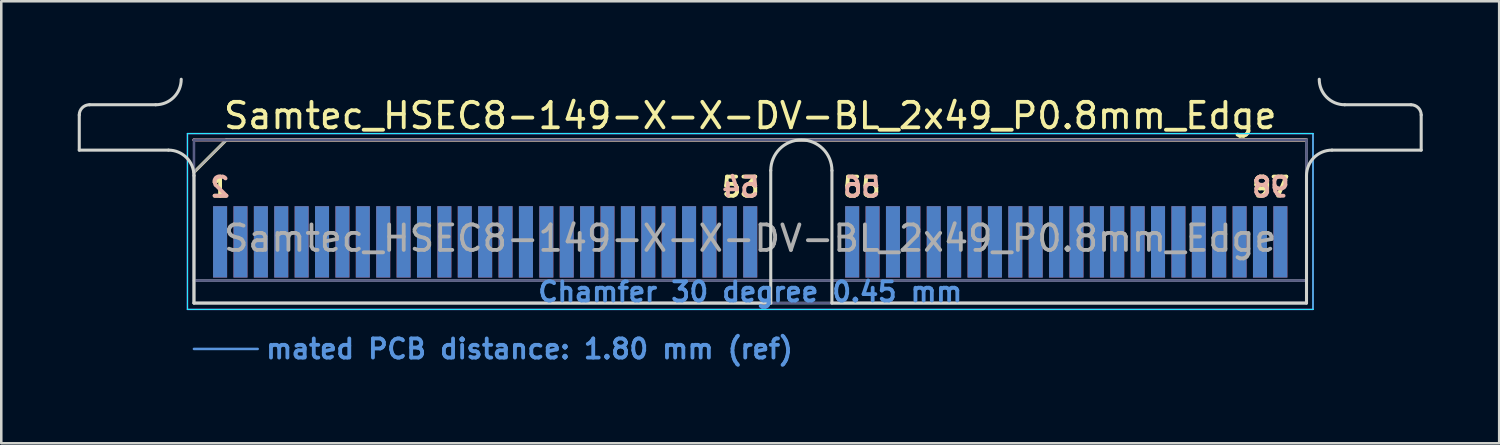
<source format=kicad_pcb>
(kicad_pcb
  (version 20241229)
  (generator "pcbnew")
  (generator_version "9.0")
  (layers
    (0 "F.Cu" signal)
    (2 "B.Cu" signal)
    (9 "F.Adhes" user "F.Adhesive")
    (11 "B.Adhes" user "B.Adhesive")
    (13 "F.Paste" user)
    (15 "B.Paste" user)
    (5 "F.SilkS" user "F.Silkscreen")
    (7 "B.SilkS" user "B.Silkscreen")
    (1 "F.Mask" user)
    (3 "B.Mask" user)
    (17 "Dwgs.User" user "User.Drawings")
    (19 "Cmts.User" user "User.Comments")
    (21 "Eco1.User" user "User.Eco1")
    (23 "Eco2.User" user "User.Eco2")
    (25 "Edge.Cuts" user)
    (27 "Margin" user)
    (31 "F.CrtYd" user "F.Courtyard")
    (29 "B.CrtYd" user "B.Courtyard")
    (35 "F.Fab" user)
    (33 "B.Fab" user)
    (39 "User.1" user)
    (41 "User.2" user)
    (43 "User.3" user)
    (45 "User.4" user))
  (footprint "Samtec_HSEC8-149-X-X-DV-BL_2x49_P0.8mm_Edge"
    (layer "F.Cu")
    (at 26.385 8.84)
    (property "Reference" "Samtec_HSEC8-149-X-X-DV-BL_2x49_P0.8mm_Edge" (at 0 -7.35 0) (layer "F.SilkS") (effects (font (size 1 1) (thickness 0.15))))
    (attr exclude_from_pos_files exclude_from_bom)
    (fp_line (start -21.825 -5.13) (end -20.555 -6.4) (stroke (width 0.12) (type solid)) (layer "F.SilkS"))
    (fp_line (start -20.555 -6.4) (end 21.825 -6.4) (stroke (width 0.12) (type solid)) (layer "F.SilkS"))
    (fp_line (start -21.825 -6.4) (end -21.825 -6.4) (stroke (width 0.12) (type solid)) (layer "B.SilkS"))
    (fp_line (start -21.825 -6.4) (end 21.825 -6.4) (stroke (width 0.12) (type solid)) (layer "B.SilkS"))
    (fp_line (start -21.825 1.8) (end -19.325 1.8) (stroke (width 0.1) (type solid)) (layer "Cmts.User"))
    (fp_line (start -26.325 -6) (end -26.325 -7.38) (stroke (width 0.12) (type solid)) (layer "Edge.Cuts"))
    (fp_line (start -25.925 -7.78) (end -23.325 -7.78) (stroke (width 0.12) (type solid)) (layer "Edge.Cuts"))
    (fp_line (start -22.825 -6) (end -26.325 -6) (stroke (width 0.12) (type solid)) (layer "Edge.Cuts"))
    (fp_line (start -21.825 -5) (end -21.825 0) (stroke (width 0.12) (type solid)) (layer "Edge.Cuts"))
    (fp_line (start -21.825 0) (end 0.805 0) (stroke (width 0.12) (type solid)) (layer "Edge.Cuts"))
    (fp_line (start 0.805 0) (end 0.805 -5.2) (stroke (width 0.12) (type solid)) (layer "Edge.Cuts"))
    (fp_line (start 3.205 -5.2) (end 3.205 0) (stroke (width 0.12) (type solid)) (layer "Edge.Cuts"))
    (fp_line (start 3.205 0) (end 21.825 0) (stroke (width 0.12) (type solid)) (layer "Edge.Cuts"))
    (fp_line (start 21.825 0) (end 21.825 -5) (stroke (width 0.12) (type solid)) (layer "Edge.Cuts"))
    (fp_line (start 22.825 -6) (end 26.325 -6) (stroke (width 0.12) (type solid)) (layer "Edge.Cuts"))
    (fp_line (start 25.925 -7.78) (end 23.325 -7.78) (stroke (width 0.12) (type solid)) (layer "Edge.Cuts"))
    (fp_line (start 26.325 -6) (end 26.325 -7.38) (stroke (width 0.12) (type solid)) (layer "Edge.Cuts"))
    (fp_arc (start -26.325 -7.38) (mid -26.207843 -7.662843) (end -25.925 -7.78) (stroke (width 0.12) (type solid)) (layer "Edge.Cuts"))
    (fp_arc (start -22.825 -6) (mid -22.117893 -5.707107) (end -21.825 -5) (stroke (width 0.12) (type solid)) (layer "Edge.Cuts"))
    (fp_arc (start -22.325 -8.78) (mid -22.617893 -8.072893) (end -23.325 -7.78) (stroke (width 0.12) (type solid)) (layer "Edge.Cuts"))
    (fp_arc (start 0.805 -5.2) (mid 2.005 -6.4) (end 3.205 -5.2) (stroke (width 0.12) (type solid)) (layer "Edge.Cuts"))
    (fp_arc (start 21.825 -5) (mid 22.117893 -5.707107) (end 22.825 -6) (stroke (width 0.12) (type solid)) (layer "Edge.Cuts"))
    (fp_arc (start 23.325 -7.78) (mid 22.617893 -8.072893) (end 22.325 -8.78) (stroke (width 0.12) (type solid)) (layer "Edge.Cuts"))
    (fp_arc (start 25.925 -7.78) (mid 26.207843 -7.662843) (end 26.325 -7.38) (stroke (width 0.12) (type solid)) (layer "Edge.Cuts"))
    (fp_line (start -22.08 -6.65) (end -22.08 0.25) (stroke (width 0.05) (type solid)) (layer "B.CrtYd"))
    (fp_line (start -22.08 0.25) (end 22.08 0.25) (stroke (width 0.05) (type solid)) (layer "B.CrtYd"))
    (fp_line (start 22.08 -6.65) (end -22.08 -6.65) (stroke (width 0.05) (type solid)) (layer "B.CrtYd"))
    (fp_line (start 22.08 0.25) (end 22.08 -6.65) (stroke (width 0.05) (type solid)) (layer "B.CrtYd"))
    (fp_line (start -22.08 -6.65) (end -22.08 0.25) (stroke (width 0.05) (type solid)) (layer "F.CrtYd"))
    (fp_line (start -22.08 0.25) (end 22.08 0.25) (stroke (width 0.05) (type solid)) (layer "F.CrtYd"))
    (fp_line (start 22.08 -6.65) (end -22.08 -6.65) (stroke (width 0.05) (type solid)) (layer "F.CrtYd"))
    (fp_line (start 22.08 0.25) (end 22.08 -6.65) (stroke (width 0.05) (type solid)) (layer "F.CrtYd"))
    (fp_line (start -21.825 -6.4) (end -21.825 -6.4) (stroke (width 0.1) (type solid)) (layer "B.Fab"))
    (fp_line (start -21.825 -6.4) (end -21.825 0) (stroke (width 0.1) (type solid)) (layer "B.Fab"))
    (fp_line (start -21.825 -6.4) (end 21.825 -6.4) (stroke (width 0.1) (type solid)) (layer "B.Fab"))
    (fp_line (start -21.825 -0.88) (end 21.825 -0.88) (stroke (width 0.1) (type solid)) (layer "B.Fab"))
    (fp_line (start -21.825 0) (end 21.825 0) (stroke (width 0.1) (type solid)) (layer "B.Fab"))
    (fp_line (start 21.825 -6.4) (end 21.825 0) (stroke (width 0.1) (type solid)) (layer "B.Fab"))
    (fp_line (start -21.825 -5.13) (end -21.825 0) (stroke (width 0.1) (type solid)) (layer "F.Fab"))
    (fp_line (start -21.825 -5.13) (end -20.555 -6.4) (stroke (width 0.1) (type solid)) (layer "F.Fab"))
    (fp_line (start -21.825 -0.88) (end 21.825 -0.88) (stroke (width 0.1) (type solid)) (layer "F.Fab"))
    (fp_line (start -21.825 0) (end 21.825 0) (stroke (width 0.1) (type solid)) (layer "F.Fab"))
    (fp_line (start -20.555 -6.4) (end 21.825 -6.4) (stroke (width 0.1) (type solid)) (layer "F.Fab"))
    (fp_line (start 21.825 -6.4) (end 21.825 0) (stroke (width 0.1) (type solid)) (layer "F.Fab"))
    (fp_text user "55" (at 4.375 -4.55 0) (layer "F.SilkS") (effects (font (size 0.75 0.75) (thickness 0.15))))
    (fp_text user "1" (at -20.8 -4.55 0) (layer "F.SilkS") (effects (font (size 0.75 0.75) (thickness 0.15))))
    (fp_text user "53" (at -0.375 -4.55 0) (layer "F.SilkS") (effects (font (size 0.75 0.75) (thickness 0.15))))
    (fp_text user "97" (at 20.425 -4.55 0) (layer "F.SilkS") (effects (font (size 0.75 0.75) (thickness 0.15))))
    (fp_text user "2" (at -20.8 -4.55 0) (layer "B.SilkS") (effects (font (size 0.75 0.75) (thickness 0.15)) (justify mirror)))
    (fp_text user "98" (at 20.425 -4.55 0) (layer "B.SilkS") (effects (font (size 0.75 0.75) (thickness 0.15)) (justify mirror)))
    (fp_text user "56" (at 4.375 -4.55 0) (layer "B.SilkS") (effects (font (size 0.75 0.75) (thickness 0.15)) (justify mirror)))
    (fp_text user "54" (at -0.375 -4.55 0) (layer "B.SilkS") (effects (font (size 0.75 0.75) (thickness 0.15)) (justify mirror)))
    (fp_text user "Chamfer 30 degree 0.45 mm" (at 0 -0.44 0) (layer "Cmts.User") (effects (font (size 0.75 0.75) (thickness 0.15))))
    (fp_text user "mated PCB distance: 1.80 mm (ref)" (at -19.08 1.8 0) (layer "Cmts.User") (effects (font (size 0.75 0.75) (thickness 0.15)) (justify left)))
    (fp_text user "${REFERENCE}" (at 0 -2.54 0) (layer "F.Fab") (effects (font (size 1 1) (thickness 0.15))))
    (pad "1" connect rect (at -20.8 -2.4) (size 0.55 2.8) (layers "F.Cu" "F.Mask"))
    (pad "2" connect rect (at -20.8 -2.4) (size 0.55 2.8) (layers "B.Cu" "B.Mask"))
    (pad "3" connect rect (at -20 -2.4) (size 0.55 2.8) (layers "F.Cu" "F.Mask"))
    (pad "4" connect rect (at -20 -2.4) (size 0.55 2.8) (layers "B.Cu" "B.Mask"))
    (pad "5" connect rect (at -19.2 -2.4) (size 0.55 2.8) (layers "F.Cu" "F.Mask"))
    (pad "6" connect rect (at -19.2 -2.4) (size 0.55 2.8) (layers "B.Cu" "B.Mask"))
    (pad "7" connect rect (at -18.4 -2.4) (size 0.55 2.8) (layers "F.Cu" "F.Mask"))
    (pad "8" connect rect (at -18.4 -2.4) (size 0.55 2.8) (layers "B.Cu" "B.Mask"))
    (pad "9" connect rect (at -17.6 -2.4) (size 0.55 2.8) (layers "F.Cu" "F.Mask"))
    (pad "10" connect rect (at -17.6 -2.4) (size 0.55 2.8) (layers "B.Cu" "B.Mask"))
    (pad "11" connect rect (at -16.8 -2.4) (size 0.55 2.8) (layers "F.Cu" "F.Mask"))
    (pad "12" connect rect (at -16.8 -2.4) (size 0.55 2.8) (layers "B.Cu" "B.Mask"))
    (pad "13" connect rect (at -16 -2.4) (size 0.55 2.8) (layers "F.Cu" "F.Mask"))
    (pad "14" connect rect (at -16 -2.4) (size 0.55 2.8) (layers "B.Cu" "B.Mask"))
    (pad "15" connect rect (at -15.2 -2.4) (size 0.55 2.8) (layers "F.Cu" "F.Mask"))
    (pad "16" connect rect (at -15.2 -2.4) (size 0.55 2.8) (layers "B.Cu" "B.Mask"))
    (pad "17" connect rect (at -14.4 -2.4) (size 0.55 2.8) (layers "F.Cu" "F.Mask"))
    (pad "18" connect rect (at -14.4 -2.4) (size 0.55 2.8) (layers "B.Cu" "B.Mask"))
    (pad "19" connect rect (at -13.6 -2.4) (size 0.55 2.8) (layers "F.Cu" "F.Mask"))
    (pad "20" connect rect (at -13.6 -2.4) (size 0.55 2.8) (layers "B.Cu" "B.Mask"))
    (pad "21" connect rect (at -12.8 -2.4) (size 0.55 2.8) (layers "F.Cu" "F.Mask"))
    (pad "22" connect rect (at -12.8 -2.4) (size 0.55 2.8) (layers "B.Cu" "B.Mask"))
    (pad "23" connect rect (at -12 -2.4) (size 0.55 2.8) (layers "F.Cu" "F.Mask"))
    (pad "24" connect rect (at -12 -2.4) (size 0.55 2.8) (layers "B.Cu" "B.Mask"))
    (pad "25" connect rect (at -11.2 -2.4) (size 0.55 2.8) (layers "F.Cu" "F.Mask"))
    (pad "26" connect rect (at -11.2 -2.4) (size 0.55 2.8) (layers "B.Cu" "B.Mask"))
    (pad "27" connect rect (at -10.4 -2.4) (size 0.55 2.8) (layers "F.Cu" "F.Mask"))
    (pad "28" connect rect (at -10.4 -2.4) (size 0.55 2.8) (layers "B.Cu" "B.Mask"))
    (pad "29" connect rect (at -9.6 -2.4) (size 0.55 2.8) (layers "F.Cu" "F.Mask"))
    (pad "30" connect rect (at -9.6 -2.4) (size 0.55 2.8) (layers "B.Cu" "B.Mask"))
    (pad "31" connect rect (at -8.8 -2.4) (size 0.55 2.8) (layers "F.Cu" "F.Mask"))
    (pad "32" connect rect (at -8.8 -2.4) (size 0.55 2.8) (layers "B.Cu" "B.Mask"))
    (pad "33" connect rect (at -8 -2.4) (size 0.55 2.8) (layers "F.Cu" "F.Mask"))
    (pad "34" connect rect (at -8 -2.4) (size 0.55 2.8) (layers "B.Cu" "B.Mask"))
    (pad "35" connect rect (at -7.2 -2.4) (size 0.55 2.8) (layers "F.Cu" "F.Mask"))
    (pad "36" connect rect (at -7.2 -2.4) (size 0.55 2.8) (layers "B.Cu" "B.Mask"))
    (pad "37" connect rect (at -6.4 -2.4) (size 0.55 2.8) (layers "F.Cu" "F.Mask"))
    (pad "38" connect rect (at -6.4 -2.4) (size 0.55 2.8) (layers "B.Cu" "B.Mask"))
    (pad "39" connect rect (at -5.6 -2.4) (size 0.55 2.8) (layers "F.Cu" "F.Mask"))
    (pad "40" connect rect (at -5.6 -2.4) (size 0.55 2.8) (layers "B.Cu" "B.Mask"))
    (pad "41" connect rect (at -4.8 -2.4) (size 0.55 2.8) (layers "F.Cu" "F.Mask"))
    (pad "42" connect rect (at -4.8 -2.4) (size 0.55 2.8) (layers "B.Cu" "B.Mask"))
    (pad "43" connect rect (at -4 -2.4) (size 0.55 2.8) (layers "F.Cu" "F.Mask"))
    (pad "44" connect rect (at -4 -2.4) (size 0.55 2.8) (layers "B.Cu" "B.Mask"))
    (pad "45" connect rect (at -3.2 -2.4) (size 0.55 2.8) (layers "F.Cu" "F.Mask"))
    (pad "46" connect rect (at -3.2 -2.4) (size 0.55 2.8) (layers "B.Cu" "B.Mask"))
    (pad "47" connect rect (at -2.4 -2.4) (size 0.55 2.8) (layers "F.Cu" "F.Mask"))
    (pad "48" connect rect (at -2.4 -2.4) (size 0.55 2.8) (layers "B.Cu" "B.Mask"))
    (pad "49" connect rect (at -1.6 -2.4) (size 0.55 2.8) (layers "F.Cu" "F.Mask"))
    (pad "50" connect rect (at -1.6 -2.4) (size 0.55 2.8) (layers "B.Cu" "B.Mask"))
    (pad "51" connect rect (at -0.8 -2.4) (size 0.55 2.8) (layers "F.Cu" "F.Mask"))
    (pad "52" connect rect (at -0.8 -2.4) (size 0.55 2.8) (layers "B.Cu" "B.Mask"))
    (pad "53" connect rect (at 0 -2.4) (size 0.55 2.8) (layers "F.Cu" "F.Mask"))
    (pad "54" connect rect (at 0 -2.4) (size 0.55 2.8) (layers "B.Cu" "B.Mask"))
    (pad "55" connect rect (at 4 -2.4) (size 0.55 2.8) (layers "F.Cu" "F.Mask"))
    (pad "56" connect rect (at 4 -2.4) (size 0.55 2.8) (layers "B.Cu" "B.Mask"))
    (pad "57" connect rect (at 4.8 -2.4) (size 0.55 2.8) (layers "F.Cu" "F.Mask"))
    (pad "58" connect rect (at 4.8 -2.4) (size 0.55 2.8) (layers "B.Cu" "B.Mask"))
    (pad "59" connect rect (at 5.6 -2.4) (size 0.55 2.8) (layers "F.Cu" "F.Mask"))
    (pad "60" connect rect (at 5.6 -2.4) (size 0.55 2.8) (layers "B.Cu" "B.Mask"))
    (pad "61" connect rect (at 6.4 -2.4) (size 0.55 2.8) (layers "F.Cu" "F.Mask"))
    (pad "62" connect rect (at 6.4 -2.4) (size 0.55 2.8) (layers "B.Cu" "B.Mask"))
    (pad "63" connect rect (at 7.2 -2.4) (size 0.55 2.8) (layers "F.Cu" "F.Mask"))
    (pad "64" connect rect (at 7.2 -2.4) (size 0.55 2.8) (layers "B.Cu" "B.Mask"))
    (pad "65" connect rect (at 8 -2.4) (size 0.55 2.8) (layers "F.Cu" "F.Mask"))
    (pad "66" connect rect (at 8 -2.4) (size 0.55 2.8) (layers "B.Cu" "B.Mask"))
    (pad "67" connect rect (at 8.8 -2.4) (size 0.55 2.8) (layers "F.Cu" "F.Mask"))
    (pad "68" connect rect (at 8.8 -2.4) (size 0.55 2.8) (layers "B.Cu" "B.Mask"))
    (pad "69" connect rect (at 9.6 -2.4) (size 0.55 2.8) (layers "F.Cu" "F.Mask"))
    (pad "70" connect rect (at 9.6 -2.4) (size 0.55 2.8) (layers "B.Cu" "B.Mask"))
    (pad "71" connect rect (at 10.4 -2.4) (size 0.55 2.8) (layers "F.Cu" "F.Mask"))
    (pad "72" connect rect (at 10.4 -2.4) (size 0.55 2.8) (layers "B.Cu" "B.Mask"))
    (pad "73" connect rect (at 11.2 -2.4) (size 0.55 2.8) (layers "F.Cu" "F.Mask"))
    (pad "74" connect rect (at 11.2 -2.4) (size 0.55 2.8) (layers "B.Cu" "B.Mask"))
    (pad "75" connect rect (at 12 -2.4) (size 0.55 2.8) (layers "F.Cu" "F.Mask"))
    (pad "76" connect rect (at 12 -2.4) (size 0.55 2.8) (layers "B.Cu" "B.Mask"))
    (pad "77" connect rect (at 12.8 -2.4) (size 0.55 2.8) (layers "F.Cu" "F.Mask"))
    (pad "78" connect rect (at 12.8 -2.4) (size 0.55 2.8) (layers "B.Cu" "B.Mask"))
    (pad "79" connect rect (at 13.6 -2.4) (size 0.55 2.8) (layers "F.Cu" "F.Mask"))
    (pad "80" connect rect (at 13.6 -2.4) (size 0.55 2.8) (layers "B.Cu" "B.Mask"))
    (pad "81" connect rect (at 14.4 -2.4) (size 0.55 2.8) (layers "F.Cu" "F.Mask"))
    (pad "82" connect rect (at 14.4 -2.4) (size 0.55 2.8) (layers "B.Cu" "B.Mask"))
    (pad "83" connect rect (at 15.2 -2.4) (size 0.55 2.8) (layers "F.Cu" "F.Mask"))
    (pad "84" connect rect (at 15.2 -2.4) (size 0.55 2.8) (layers "B.Cu" "B.Mask"))
    (pad "85" connect rect (at 16 -2.4) (size 0.55 2.8) (layers "F.Cu" "F.Mask"))
    (pad "86" connect rect (at 16 -2.4) (size 0.55 2.8) (layers "B.Cu" "B.Mask"))
    (pad "87" connect rect (at 16.8 -2.4) (size 0.55 2.8) (layers "F.Cu" "F.Mask"))
    (pad "88" connect rect (at 16.8 -2.4) (size 0.55 2.8) (layers "B.Cu" "B.Mask"))
    (pad "89" connect rect (at 17.6 -2.4) (size 0.55 2.8) (layers "F.Cu" "F.Mask"))
    (pad "90" connect rect (at 17.6 -2.4) (size 0.55 2.8) (layers "B.Cu" "B.Mask"))
    (pad "91" connect rect (at 18.4 -2.4) (size 0.55 2.8) (layers "F.Cu" "F.Mask"))
    (pad "92" connect rect (at 18.4 -2.4) (size 0.55 2.8) (layers "B.Cu" "B.Mask"))
    (pad "93" connect rect (at 19.2 -2.4) (size 0.55 2.8) (layers "F.Cu" "F.Mask"))
    (pad "94" connect rect (at 19.2 -2.4) (size 0.55 2.8) (layers "B.Cu" "B.Mask"))
    (pad "95" connect rect (at 20 -2.4) (size 0.55 2.8) (layers "F.Cu" "F.Mask"))
    (pad "96" connect rect (at 20 -2.4) (size 0.55 2.8) (layers "B.Cu" "B.Mask"))
    (pad "97" connect rect (at 20.8 -2.4) (size 0.55 2.8) (layers "F.Cu" "F.Mask"))
    (pad "98" connect rect (at 20.8 -2.4) (size 0.55 2.8) (layers "B.Cu" "B.Mask")))
  (gr_rect
    (start -3 -3)
    (end 55.77 14.342)
    (stroke (width 0.1) (type default))
    (fill no)
    (layer "Edge.Cuts")))
</source>
